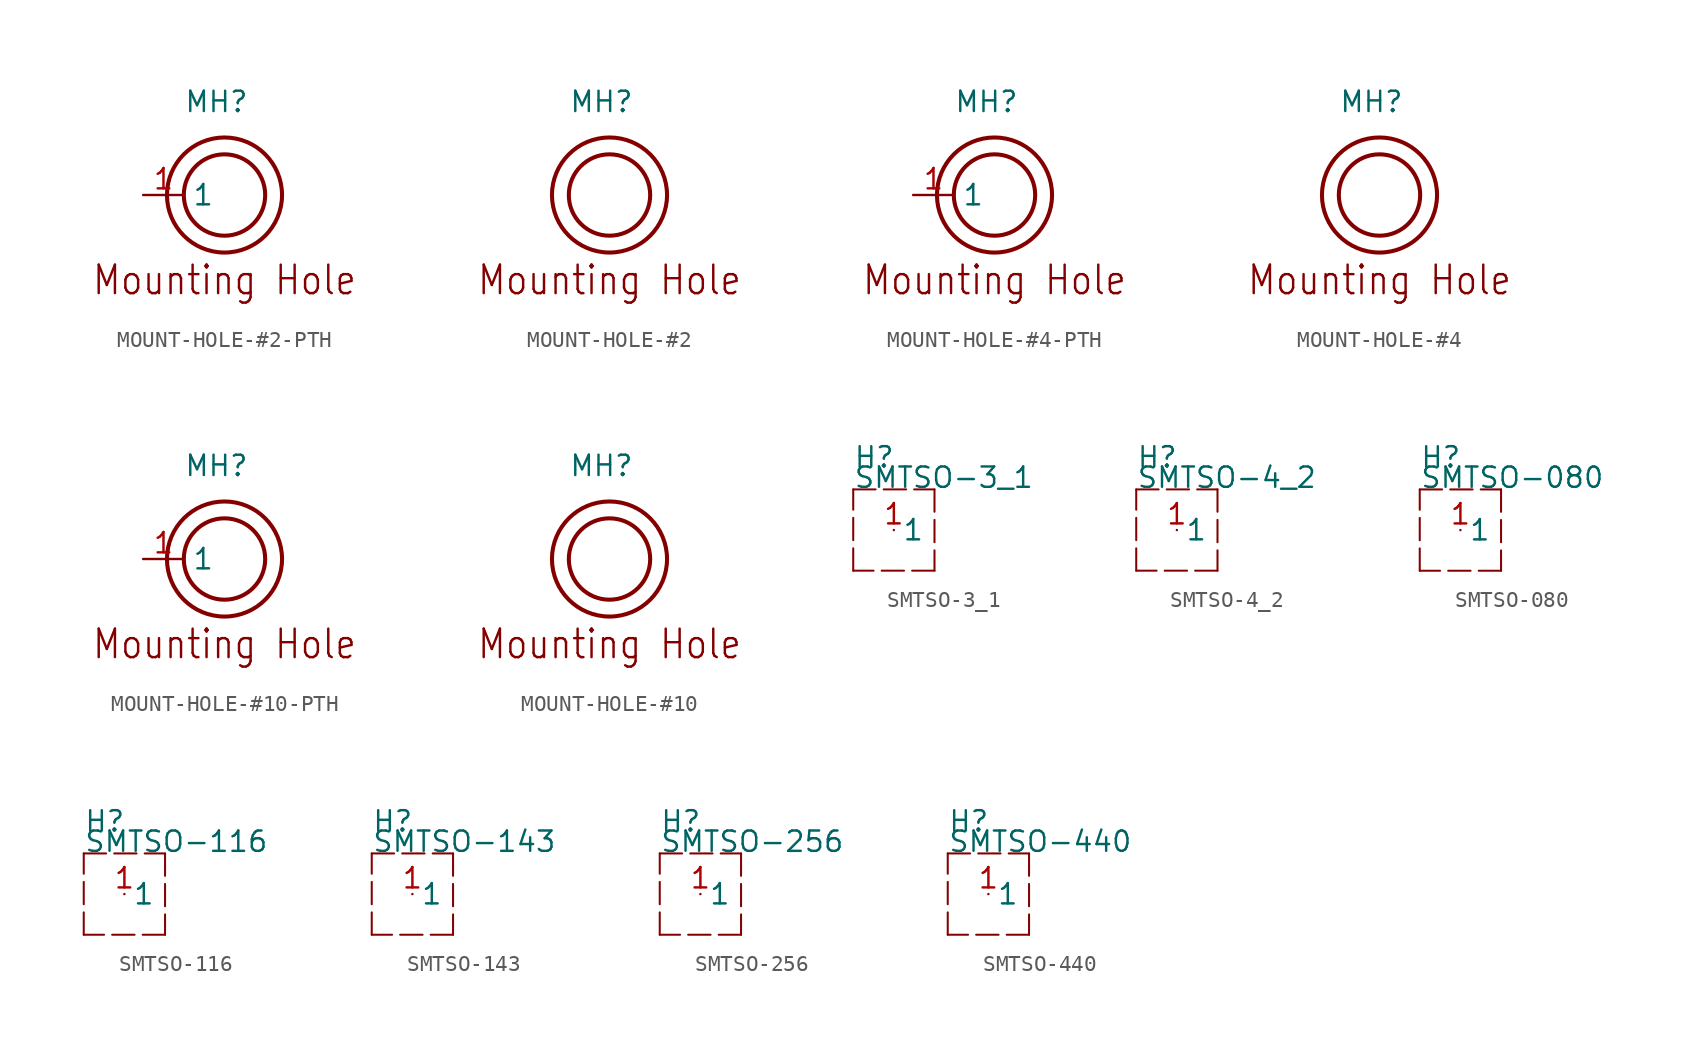
<source format=kicad_sym>
(kicad_symbol_lib
  (version 20211014)
  (generator kicad_symbol_editor)
  (symbol "MOUNT-HOLE-#2-PTH"
    (pin_names)
    (property "Reference" "MH"
      (at -2.54 5.08 0)
      (effects (font (size 1.27 1.27)) (justify left bottom)))
    (property "Datasheet" ""
      (at 0 0 0))
    (property "ki_description" "Mount Hole  - #2 PTH   Technical Specifications:    Hole Diameter: 0.096\"   Screw Head Clearance: 0.141\"     "
      (at 0 0 0))
    (property "ki_fp_filters" "FlashPCB_Hardware:MOUNT-HOLE-#2-PTH FlashPCB_Hardware:MOUNT-HOLE-#2-PTH-NO-SILK"
      (at 0 0 0))
    (symbol "MOUNT-HOLE-#2-PTH_1_1"
      (text "Mounting Hole" (at 0 -6.35 0) (effects (font (size 1.778 1.52)) (justify bottom)))
      (circle (center 0 0) (radius 2.54) (stroke (width 0.254) (type default) (color 0 0 0 0)) (fill (type none)))
      (circle (center 0 0) (radius 3.592) (stroke (width 0.254) (type default) (color 0 0 0 0)) (fill (type none)))
      (pin bidirectional line (at -5.08 0 0) (length 2.54) (name "1" (effects (font (size 1.27 1.27)))) (number "1" (effects (font (size 1.27 1.27)))))))
  (symbol "MOUNT-HOLE-#2"
    (property "Reference" "MH"
      (at -2.54 5.08 0)
      (effects (font (size 1.27 1.27)) (justify left bottom)))
    (property "Datasheet" ""
      (at 0 0 0))
    (property "ki_description" "Mount Hole  - #2   Technical Specifications:    Hole Diameter: 0.096\"   Screw Head Clearance: 0.141\"     "
      (at 0 0 0))
    (property "ki_fp_filters" "FlashPCB_Hardware:MOUNT-HOLE-#2 FlashPCB_Hardware:MOUNT-HOLE-#2-NO-SILK"
      (at 0 0 0))
    (symbol "MOUNT-HOLE-#2_1_1"
      (text "Mounting Hole" (at 0 -6.35 0) (effects (font (size 1.778 1.52)) (justify bottom)))
      (circle (center 0 0) (radius 2.54) (stroke (width 0.254) (type default) (color 0 0 0 0)) (fill (type none)))
      (circle (center 0 0) (radius 3.592) (stroke (width 0.254) (type default) (color 0 0 0 0)) (fill (type none)))))
  (symbol "MOUNT-HOLE-#4-PTH"
    (pin_names)
    (property "Reference" "MH"
      (at -2.54 5.08 0)
      (effects (font (size 1.27 1.27)) (justify left bottom)))
    (property "Datasheet" ""
      (at 0 0 0))
    (property "ki_description" "Mount Hole  - #4 PTH   Technical Specifications:    Hole Diameter: 0.1285\"   Screw Head Clearance: 0.183\"     "
      (at 0 0 0))
    (property "ki_fp_filters" "FlashPCB_Hardware:MOUNT-HOLE-#4-PTH FlashPCB_Hardware:MOUNT-HOLE-#4-PTH-NO-SILK"
      (at 0 0 0))
    (symbol "MOUNT-HOLE-#4-PTH_1_1"
      (text "Mounting Hole" (at 0 -6.35 0) (effects (font (size 1.778 1.52)) (justify bottom)))
      (circle (center 0 0) (radius 2.54) (stroke (width 0.254) (type default) (color 0 0 0 0)) (fill (type none)))
      (circle (center 0 0) (radius 3.592) (stroke (width 0.254) (type default) (color 0 0 0 0)) (fill (type none)))
      (pin bidirectional line (at -5.08 0 0) (length 2.54) (name "1" (effects (font (size 1.27 1.27)))) (number "1" (effects (font (size 1.27 1.27)))))))
  (symbol "MOUNT-HOLE-#4"
    (property "Reference" "MH"
      (at -2.54 5.08 0)
      (effects (font (size 1.27 1.27)) (justify left bottom)))
    (property "Datasheet" ""
      (at 0 0 0))
    (property "ki_description" "Mount Hole  - #4   Technical Specifications:    Hole Diameter: 0.1285\"   Screw Head Clearance: 0.183\"     "
      (at 0 0 0))
    (property "ki_fp_filters" "FlashPCB_Hardware:MOUNT-HOLE-#4 FlashPCB_Hardware:MOUNT-HOLE-#4-NO-SILK"
      (at 0 0 0))
    (symbol "MOUNT-HOLE-#4_1_1"
      (text "Mounting Hole" (at 0 -6.35 0) (effects (font (size 1.778 1.52)) (justify bottom)))
      (circle (center 0 0) (radius 2.54) (stroke (width 0.254) (type default) (color 0 0 0 0)) (fill (type none)))
      (circle (center 0 0) (radius 3.592) (stroke (width 0.254) (type default) (color 0 0 0 0)) (fill (type none)))))
  (symbol "MOUNT-HOLE-#10-PTH"
    (pin_names)
    (property "Reference" "MH"
      (at -2.54 5.08 0)
      (effects (font (size 1.27 1.27)) (justify left bottom)))
    (property "Datasheet" ""
      (at 0 0 0))
    (property "ki_description" "Mount Hole  - #10 PTH   Technical Specifications:    Hole Diameter: 0.201\"   Screw Head Clearance: 0.313\"     "
      (at 0 0 0))
    (property "ki_fp_filters" "FlashPCB_Hardware:MOUNT-HOLE-#10-PTH FlashPCB_Hardware:MOUNT-HOLE-#10-PTH-NO-SILK"
      (at 0 0 0))
    (symbol "MOUNT-HOLE-#10-PTH_1_1"
      (text "Mounting Hole" (at 0 -6.35 0) (effects (font (size 1.778 1.52)) (justify bottom)))
      (circle (center 0 0) (radius 2.54) (stroke (width 0.254) (type default) (color 0 0 0 0)) (fill (type none)))
      (circle (center 0 0) (radius 3.592) (stroke (width 0.254) (type default) (color 0 0 0 0)) (fill (type none)))
      (pin bidirectional line (at -5.08 0 0) (length 2.54) (name "1" (effects (font (size 1.27 1.27)))) (number "1" (effects (font (size 1.27 1.27)))))))
  (symbol "MOUNT-HOLE-#10"
    (property "Reference" "MH"
      (at -2.54 5.08 0)
      (effects (font (size 1.27 1.27)) (justify left bottom)))
    (property "Datasheet" ""
      (at 0 0 0))
    (property "ki_description" "Mount Hole  - #10   Technical Specifications:    Hole Diameter: 0.201\"   Screw Head Clearance: 0.313\"     "
      (at 0 0 0))
    (property "ki_fp_filters" "FlashPCB_Hardware:MOUNT-HOLE-#10 FlashPCB_Hardware:MOUNT-HOLE-#10-NO-SILK"
      (at 0 0 0))
    (symbol "MOUNT-HOLE-#10_1_1"
      (text "Mounting Hole" (at 0 -6.35 0) (effects (font (size 1.778 1.52)) (justify bottom)))
      (circle (center 0 0) (radius 2.54) (stroke (width 0.254) (type default) (color 0 0 0 0)) (fill (type none)))
      (circle (center 0 0) (radius 3.592) (stroke (width 0.254) (type default) (color 0 0 0 0)) (fill (type none)))))
  (symbol "SMTSO-3_1"
    (pin_names)
    (property "Reference" "H"
      (at -2.54 3.81 0)
      (effects (font (size 1.27 1.27)) (justify left bottom)))
    (property "Value" "SMTSO-3_1"
      (at -2.54 2.54 0)
      (effects (font (size 1.27 1.27)) (justify left bottom)))
    (property "Datasheet" ""
      (at 0 0 0))
    (property "ki_description" "PEM SMTSO-3_1  - THT 3.1mm Technical Specifications: Length Codes: 2,3,4,6,8,10 "
      (at 0 0 0))
    (property "ki_fp_filters" "FlashPCB_Hardware:SMTSO-3_1 FlashPCB_Hardware:SMTSO-3_1-NO_OUTLINE"
      (at 0 0 0))
    (symbol "SMTSO-3_1_1_1"
      (polyline (pts (xy -2.54 2.54) (xy 2.54 2.54)) (stroke (width 0.127) (type dash) (color 0 0 0 0)) (fill (type none)))
      (polyline (pts (xy 2.54 2.54) (xy 2.54 -2.54)) (stroke (width 0.127) (type dash) (color 0 0 0 0)) (fill (type none)))
      (polyline (pts (xy 2.54 -2.54) (xy -2.54 -2.54)) (stroke (width 0.127) (type dash) (color 0 0 0 0)) (fill (type none)))
      (polyline (pts (xy -2.54 -2.54) (xy -2.54 2.54)) (stroke (width 0.127) (type dash) (color 0 0 0 0)) (fill (type none)))
      (pin bidirectional line (at 0 0 0) (length 0) (name "1" (effects (font (size 1.27 1.27)))) (number "1" (effects (font (size 1.27 1.27)))))))
  (symbol "SMTSO-4_2"
    (pin_names)
    (property "Reference" "H"
      (at -2.54 3.81 0)
      (effects (font (size 1.27 1.27)) (justify left bottom)))
    (property "Value" "SMTSO-4_2"
      (at -2.54 2.54 0)
      (effects (font (size 1.27 1.27)) (justify left bottom)))
    (property "Datasheet" ""
      (at 0 0 0))
    (property "ki_description" "PEM SMTSO-4_2  - THT 4.2mm Technical Specifications: Length Codes: 2,3,4,6,8,10 "
      (at 0 0 0))
    (property "ki_fp_filters" "FlashPCB_Hardware:SMTSO-4_2 FlashPCB_Hardware:SMTSO-4_2-NO_OUTLINE"
      (at 0 0 0))
    (symbol "SMTSO-4_2_1_1"
      (polyline (pts (xy -2.54 2.54) (xy 2.54 2.54)) (stroke (width 0.127) (type dash) (color 0 0 0 0)) (fill (type none)))
      (polyline (pts (xy 2.54 2.54) (xy 2.54 -2.54)) (stroke (width 0.127) (type dash) (color 0 0 0 0)) (fill (type none)))
      (polyline (pts (xy 2.54 -2.54) (xy -2.54 -2.54)) (stroke (width 0.127) (type dash) (color 0 0 0 0)) (fill (type none)))
      (polyline (pts (xy -2.54 -2.54) (xy -2.54 2.54)) (stroke (width 0.127) (type dash) (color 0 0 0 0)) (fill (type none)))
      (pin bidirectional line (at 0 0 0) (length 0) (name "1" (effects (font (size 1.27 1.27)))) (number "1" (effects (font (size 1.27 1.27)))))))
  (symbol "SMTSO-080"
    (pin_names)
    (property "Reference" "H"
      (at -2.54 3.81 0)
      (effects (font (size 1.27 1.27)) (justify left bottom)))
    (property "Value" "SMTSO-080"
      (at -2.54 2.54 0)
      (effects (font (size 1.27 1.27)) (justify left bottom)))
    (property "Datasheet" ""
      (at 0 0 0))
    (property "ki_description" "PEM SMTSO-080  - #0-80 Technical Specifications: Length Codes: 2,4 "
      (at 0 0 0))
    (property "ki_fp_filters" "FlashPCB_Hardware:SMTSO-080 FlashPCB_Hardware:SMTSO-080-NO_OUTLINE"
      (at 0 0 0))
    (symbol "SMTSO-080_1_1"
      (polyline (pts (xy -2.54 2.54) (xy 2.54 2.54)) (stroke (width 0.127) (type dash) (color 0 0 0 0)) (fill (type none)))
      (polyline (pts (xy 2.54 2.54) (xy 2.54 -2.54)) (stroke (width 0.127) (type dash) (color 0 0 0 0)) (fill (type none)))
      (polyline (pts (xy 2.54 -2.54) (xy -2.54 -2.54)) (stroke (width 0.127) (type dash) (color 0 0 0 0)) (fill (type none)))
      (polyline (pts (xy -2.54 -2.54) (xy -2.54 2.54)) (stroke (width 0.127) (type dash) (color 0 0 0 0)) (fill (type none)))
      (pin bidirectional line (at 0 0 0) (length 0) (name "1" (effects (font (size 1.27 1.27)))) (number "1" (effects (font (size 1.27 1.27)))))))
  (symbol "SMTSO-116"
    (pin_names)
    (property "Reference" "H"
      (at -2.54 3.81 0)
      (effects (font (size 1.27 1.27)) (justify left bottom)))
    (property "Value" "SMTSO-116"
      (at -2.54 2.54 0)
      (effects (font (size 1.27 1.27)) (justify left bottom)))
    (property "Datasheet" ""
      (at 0 0 0))
    (property "ki_description" "PEM SMTSO-116  - THT 0.116\" Technical Specifications: Length Codes: 2,4,8,12 "
      (at 0 0 0))
    (property "ki_fp_filters" "FlashPCB_Hardware:SMTSO-116 FlashPCB_Hardware:SMTSO-116-NO_OUTLINE"
      (at 0 0 0))
    (symbol "SMTSO-116_1_1"
      (polyline (pts (xy -2.54 2.54) (xy 2.54 2.54)) (stroke (width 0.127) (type dash) (color 0 0 0 0)) (fill (type none)))
      (polyline (pts (xy 2.54 2.54) (xy 2.54 -2.54)) (stroke (width 0.127) (type dash) (color 0 0 0 0)) (fill (type none)))
      (polyline (pts (xy 2.54 -2.54) (xy -2.54 -2.54)) (stroke (width 0.127) (type dash) (color 0 0 0 0)) (fill (type none)))
      (polyline (pts (xy -2.54 -2.54) (xy -2.54 2.54)) (stroke (width 0.127) (type dash) (color 0 0 0 0)) (fill (type none)))
      (pin bidirectional line (at 0 0 0) (length 0) (name "1" (effects (font (size 1.27 1.27)))) (number "1" (effects (font (size 1.27 1.27)))))))
  (symbol "SMTSO-143"
    (pin_names)
    (property "Reference" "H"
      (at -2.54 3.81 0)
      (effects (font (size 1.27 1.27)) (justify left bottom)))
    (property "Value" "SMTSO-143"
      (at -2.54 2.54 0)
      (effects (font (size 1.27 1.27)) (justify left bottom)))
    (property "Datasheet" ""
      (at 0 0 0))
    (property "ki_description" "PEM SMTSO-143  - THT 0.143\" Technical Specifications: Length Codes: 2,4,8,12 "
      (at 0 0 0))
    (property "ki_fp_filters" "FlashPCB_Hardware:SMTSO-143 FlashPCB_Hardware:SMTSO-143-NO_OUTLINE"
      (at 0 0 0))
    (symbol "SMTSO-143_1_1"
      (polyline (pts (xy -2.54 2.54) (xy 2.54 2.54)) (stroke (width 0.127) (type dash) (color 0 0 0 0)) (fill (type none)))
      (polyline (pts (xy 2.54 2.54) (xy 2.54 -2.54)) (stroke (width 0.127) (type dash) (color 0 0 0 0)) (fill (type none)))
      (polyline (pts (xy 2.54 -2.54) (xy -2.54 -2.54)) (stroke (width 0.127) (type dash) (color 0 0 0 0)) (fill (type none)))
      (polyline (pts (xy -2.54 -2.54) (xy -2.54 2.54)) (stroke (width 0.127) (type dash) (color 0 0 0 0)) (fill (type none)))
      (pin bidirectional line (at 0 0 0) (length 0) (name "1" (effects (font (size 1.27 1.27)))) (number "1" (effects (font (size 1.27 1.27)))))))
  (symbol "SMTSO-256"
    (pin_names)
    (property "Reference" "H"
      (at -2.54 3.81 0)
      (effects (font (size 1.27 1.27)) (justify left bottom)))
    (property "Value" "SMTSO-256"
      (at -2.54 2.54 0)
      (effects (font (size 1.27 1.27)) (justify left bottom)))
    (property "Datasheet" ""
      (at 0 0 0))
    (property "ki_description" "PEM SMTSO-256  - #2-56 Technical Specifications: Length Codes: 2,4,8,12 "
      (at 0 0 0))
    (property "ki_fp_filters" "FlashPCB_Hardware:SMTSO-256 FlashPCB_Hardware:SMTSO-256-NO_OUTLINE"
      (at 0 0 0))
    (symbol "SMTSO-256_1_1"
      (polyline (pts (xy -2.54 2.54) (xy 2.54 2.54)) (stroke (width 0.127) (type dash) (color 0 0 0 0)) (fill (type none)))
      (polyline (pts (xy 2.54 2.54) (xy 2.54 -2.54)) (stroke (width 0.127) (type dash) (color 0 0 0 0)) (fill (type none)))
      (polyline (pts (xy 2.54 -2.54) (xy -2.54 -2.54)) (stroke (width 0.127) (type dash) (color 0 0 0 0)) (fill (type none)))
      (polyline (pts (xy -2.54 -2.54) (xy -2.54 2.54)) (stroke (width 0.127) (type dash) (color 0 0 0 0)) (fill (type none)))
      (pin bidirectional line (at 0 0 0) (length 0) (name "1" (effects (font (size 1.27 1.27)))) (number "1" (effects (font (size 1.27 1.27)))))))
  (symbol "SMTSO-440"
    (pin_names)
    (property "Reference" "H"
      (at -2.54 3.81 0)
      (effects (font (size 1.27 1.27)) (justify left bottom)))
    (property "Value" "SMTSO-440"
      (at -2.54 2.54 0)
      (effects (font (size 1.27 1.27)) (justify left bottom)))
    (property "Datasheet" ""
      (at 0 0 0))
    (property "ki_description" "PEM SMTSO-440  - #4-40 Technical Specifications: Length Codes: 2,4,8,12 "
      (at 0 0 0))
    (property "ki_fp_filters" "FlashPCB_Hardware:SMTSO-440 FlashPCB_Hardware:SMTSO-440-NO_OUTLINE"
      (at 0 0 0))
    (symbol "SMTSO-440_1_1"
      (polyline (pts (xy -2.54 2.54) (xy 2.54 2.54)) (stroke (width 0.127) (type dash) (color 0 0 0 0)) (fill (type none)))
      (polyline (pts (xy 2.54 2.54) (xy 2.54 -2.54)) (stroke (width 0.127) (type dash) (color 0 0 0 0)) (fill (type none)))
      (polyline (pts (xy 2.54 -2.54) (xy -2.54 -2.54)) (stroke (width 0.127) (type dash) (color 0 0 0 0)) (fill (type none)))
      (polyline (pts (xy -2.54 -2.54) (xy -2.54 2.54)) (stroke (width 0.127) (type dash) (color 0 0 0 0)) (fill (type none)))
      (pin bidirectional line (at 0 0 0) (length 0) (name "1" (effects (font (size 1.27 1.27)))) (number "1" (effects (font (size 1.27 1.27))))))))
</source>
